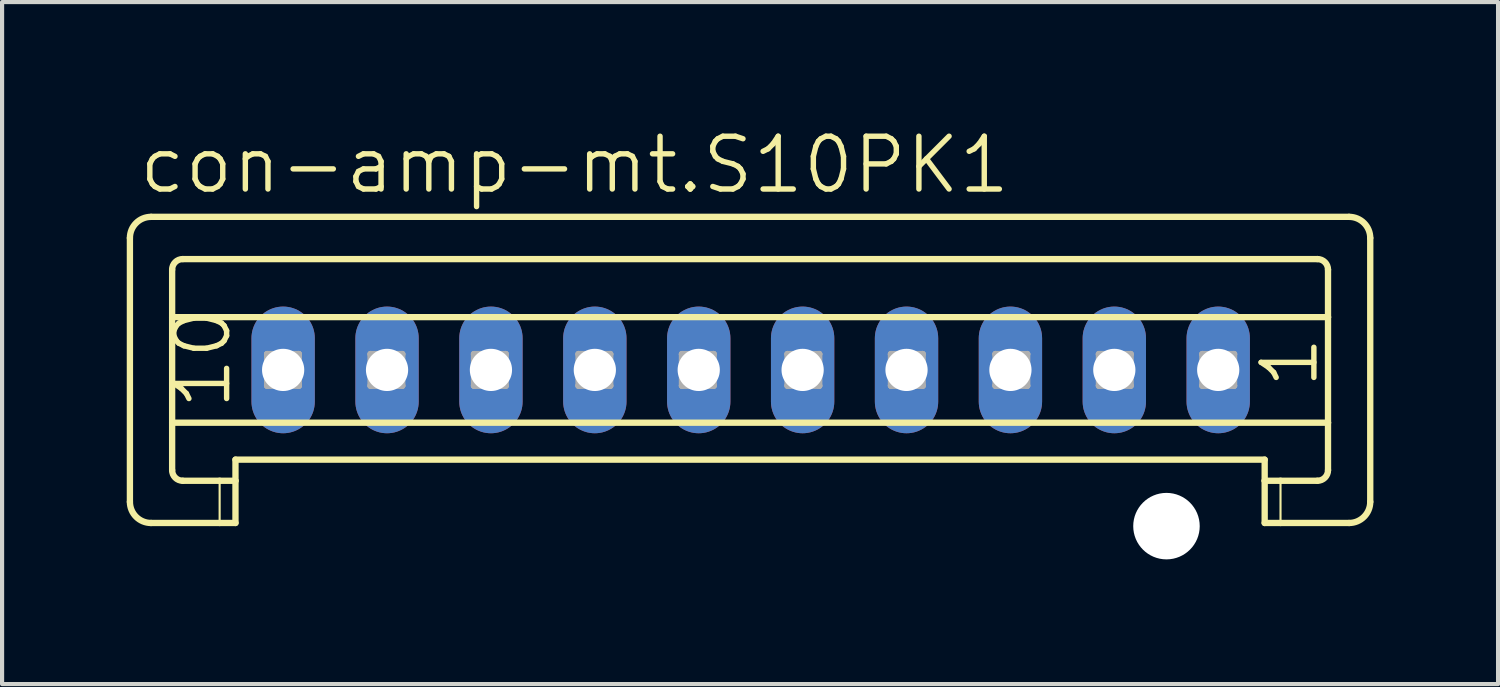
<source format=kicad_pcb>
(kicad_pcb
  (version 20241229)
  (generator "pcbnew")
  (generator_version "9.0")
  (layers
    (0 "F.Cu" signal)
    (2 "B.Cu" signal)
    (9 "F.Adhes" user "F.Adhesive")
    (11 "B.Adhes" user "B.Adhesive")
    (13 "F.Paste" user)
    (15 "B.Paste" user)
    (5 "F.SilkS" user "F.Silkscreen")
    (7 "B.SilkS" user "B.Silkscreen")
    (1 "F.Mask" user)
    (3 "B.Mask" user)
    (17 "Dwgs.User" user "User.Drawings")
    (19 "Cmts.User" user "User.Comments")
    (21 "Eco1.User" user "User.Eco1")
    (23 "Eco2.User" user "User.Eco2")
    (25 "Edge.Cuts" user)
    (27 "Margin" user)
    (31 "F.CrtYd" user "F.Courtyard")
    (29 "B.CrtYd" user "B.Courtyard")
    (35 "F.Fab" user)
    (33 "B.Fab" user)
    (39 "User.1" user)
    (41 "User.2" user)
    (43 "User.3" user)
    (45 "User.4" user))
  (footprint "con-amp-mt.S10PK1"
    (layer "F.Cu")
    (at 15.013 5.851)
    (property "Reference" "con-amp-mt.S10PK1" (at -14.785 -4.191 0) (layer "F.SilkS") (effects (font (size 1.27 1.27) (thickness 0.13)) (justify left bottom)))
    (attr through_hole)
    (fp_line (start -14.937 -3.175) (end -14.937 3.175) (stroke (width 0.152) (type default)) (layer "F.SilkS"))
    (fp_line (start -14.429 -3.683) (end 14.4 -3.683) (stroke (width 0.152) (type default)) (layer "F.SilkS"))
    (fp_line (start -13.921 -1.27) (end -13.921 -2.413) (stroke (width 0.152) (type default)) (layer "F.SilkS"))
    (fp_line (start -13.921 -1.27) (end 13.892 -1.27) (stroke (width 0.152) (type default)) (layer "F.SilkS"))
    (fp_line (start -13.921 1.27) (end -13.921 -1.27) (stroke (width 0.152) (type default)) (layer "F.SilkS"))
    (fp_line (start -13.921 1.27) (end 13.892 1.27) (stroke (width 0.152) (type default)) (layer "F.SilkS"))
    (fp_line (start -13.921 2.413) (end -13.921 1.27) (stroke (width 0.152) (type default)) (layer "F.SilkS"))
    (fp_line (start -13.667 -2.667) (end 13.638 -2.667) (stroke (width 0.152) (type default)) (layer "F.SilkS"))
    (fp_line (start -13.667 2.667) (end -12.778 2.667) (stroke (width 0.152) (type default)) (layer "F.SilkS"))
    (fp_line (start -12.778 2.667) (end -12.778 3.683) (stroke (width 0.051) (type default)) (layer "F.SilkS"))
    (fp_line (start -12.778 2.667) (end -12.397 2.667) (stroke (width 0.152) (type default)) (layer "F.SilkS"))
    (fp_line (start -12.778 3.683) (end -14.429 3.683) (stroke (width 0.152) (type default)) (layer "F.SilkS"))
    (fp_line (start -12.397 2.159) (end 12.368 2.159) (stroke (width 0.152) (type default)) (layer "F.SilkS"))
    (fp_line (start -12.397 2.667) (end -12.397 2.159) (stroke (width 0.152) (type default)) (layer "F.SilkS"))
    (fp_line (start -12.397 2.667) (end -12.397 3.683) (stroke (width 0.152) (type default)) (layer "F.SilkS"))
    (fp_line (start -12.397 3.683) (end -12.778 3.683) (stroke (width 0.152) (type default)) (layer "F.SilkS"))
    (fp_line (start 12.368 2.667) (end 12.368 2.159) (stroke (width 0.152) (type default)) (layer "F.SilkS"))
    (fp_line (start 12.368 2.667) (end 12.749 2.667) (stroke (width 0.152) (type default)) (layer "F.SilkS"))
    (fp_line (start 12.368 3.683) (end 12.368 2.667) (stroke (width 0.152) (type default)) (layer "F.SilkS"))
    (fp_line (start 12.749 2.667) (end 12.749 3.683) (stroke (width 0.051) (type default)) (layer "F.SilkS"))
    (fp_line (start 12.749 2.667) (end 13.638 2.667) (stroke (width 0.152) (type default)) (layer "F.SilkS"))
    (fp_line (start 12.749 3.683) (end 12.368 3.683) (stroke (width 0.152) (type default)) (layer "F.SilkS"))
    (fp_line (start 13.892 -1.27) (end 13.892 -2.413) (stroke (width 0.152) (type default)) (layer "F.SilkS"))
    (fp_line (start 13.892 1.27) (end 13.892 -1.27) (stroke (width 0.152) (type default)) (layer "F.SilkS"))
    (fp_line (start 13.892 2.413) (end 13.892 1.27) (stroke (width 0.152) (type default)) (layer "F.SilkS"))
    (fp_line (start 14.4 3.683) (end 12.749 3.683) (stroke (width 0.152) (type default)) (layer "F.SilkS"))
    (fp_line (start 14.908 -3.175) (end 14.908 3.175) (stroke (width 0.152) (type default)) (layer "F.SilkS"))
    (fp_arc (start -14.937 -3.175) (mid -14.78821 -3.53421) (end -14.429 -3.683) (stroke (width 0.1524) (type default)) (layer "F.SilkS"))
    (fp_arc (start -14.429 3.683) (mid -14.78821 3.53421) (end -14.937 3.175) (stroke (width 0.1524) (type default)) (layer "F.SilkS"))
    (fp_arc (start -13.921 -2.413) (mid -13.846605 -2.592605) (end -13.667 -2.667) (stroke (width 0.1524) (type default)) (layer "F.SilkS"))
    (fp_arc (start -13.667 2.667) (mid -13.846605 2.592605) (end -13.921 2.413) (stroke (width 0.1524) (type default)) (layer "F.SilkS"))
    (fp_arc (start 13.638 -2.667) (mid 13.817605 -2.592605) (end 13.892 -2.413) (stroke (width 0.1524) (type default)) (layer "F.SilkS"))
    (fp_arc (start 13.892 2.413) (mid 13.817605 2.592605) (end 13.638 2.667) (stroke (width 0.1524) (type default)) (layer "F.SilkS"))
    (fp_arc (start 14.4 -3.683) (mid 14.75921 -3.53421) (end 14.908 -3.175) (stroke (width 0.1524) (type default)) (layer "F.SilkS"))
    (fp_arc (start 14.908 3.175) (mid 14.75921 3.53421) (end 14.4 3.683) (stroke (width 0.1524) (type default)) (layer "F.SilkS"))
    (fp_line (start -11.635 -0.381) (end -11.635 0.381) (stroke (width 0.152) (type default)) (layer "F.Fab"))
    (fp_line (start -11.635 -0.381) (end -10.873 0.381) (stroke (width 0.152) (type default)) (layer "F.Fab"))
    (fp_line (start -11.635 0.381) (end -10.873 0.381) (stroke (width 0.152) (type default)) (layer "F.Fab"))
    (fp_line (start -10.873 -0.381) (end -11.635 -0.381) (stroke (width 0.152) (type default)) (layer "F.Fab"))
    (fp_line (start -10.873 -0.381) (end -11.635 0.381) (stroke (width 0.152) (type default)) (layer "F.Fab"))
    (fp_line (start -10.873 0.381) (end -10.873 -0.381) (stroke (width 0.152) (type default)) (layer "F.Fab"))
    (fp_line (start -9.146 -0.381) (end -9.146 0.381) (stroke (width 0.152) (type default)) (layer "F.Fab"))
    (fp_line (start -9.146 -0.381) (end -8.384 0.381) (stroke (width 0.152) (type default)) (layer "F.Fab"))
    (fp_line (start -9.146 0.381) (end -8.384 0.381) (stroke (width 0.152) (type default)) (layer "F.Fab"))
    (fp_line (start -8.384 -0.381) (end -9.146 -0.381) (stroke (width 0.152) (type default)) (layer "F.Fab"))
    (fp_line (start -8.384 -0.381) (end -9.146 0.381) (stroke (width 0.152) (type default)) (layer "F.Fab"))
    (fp_line (start -8.384 0.381) (end -8.384 -0.381) (stroke (width 0.152) (type default)) (layer "F.Fab"))
    (fp_line (start -6.657 -0.381) (end -6.657 0.381) (stroke (width 0.152) (type default)) (layer "F.Fab"))
    (fp_line (start -6.657 -0.381) (end -5.895 0.381) (stroke (width 0.152) (type default)) (layer "F.Fab"))
    (fp_line (start -6.657 0.381) (end -5.895 0.381) (stroke (width 0.152) (type default)) (layer "F.Fab"))
    (fp_line (start -5.895 -0.381) (end -6.657 -0.381) (stroke (width 0.152) (type default)) (layer "F.Fab"))
    (fp_line (start -5.895 -0.381) (end -6.657 0.381) (stroke (width 0.152) (type default)) (layer "F.Fab"))
    (fp_line (start -5.895 0.381) (end -5.895 -0.381) (stroke (width 0.152) (type default)) (layer "F.Fab"))
    (fp_line (start -4.142 -0.381) (end -4.142 0.381) (stroke (width 0.152) (type default)) (layer "F.Fab"))
    (fp_line (start -4.142 -0.381) (end -3.38 0.381) (stroke (width 0.152) (type default)) (layer "F.Fab"))
    (fp_line (start -4.142 0.381) (end -3.38 0.381) (stroke (width 0.152) (type default)) (layer "F.Fab"))
    (fp_line (start -3.38 -0.381) (end -4.142 -0.381) (stroke (width 0.152) (type default)) (layer "F.Fab"))
    (fp_line (start -3.38 -0.381) (end -4.142 0.381) (stroke (width 0.152) (type default)) (layer "F.Fab"))
    (fp_line (start -3.38 0.381) (end -3.38 -0.381) (stroke (width 0.152) (type default)) (layer "F.Fab"))
    (fp_line (start -1.653 -0.381) (end -1.653 0.381) (stroke (width 0.152) (type default)) (layer "F.Fab"))
    (fp_line (start -1.653 -0.381) (end -0.891 0.381) (stroke (width 0.152) (type default)) (layer "F.Fab"))
    (fp_line (start -1.653 0.381) (end -0.891 0.381) (stroke (width 0.152) (type default)) (layer "F.Fab"))
    (fp_line (start -0.891 -0.381) (end -1.653 -0.381) (stroke (width 0.152) (type default)) (layer "F.Fab"))
    (fp_line (start -0.891 -0.381) (end -1.653 0.381) (stroke (width 0.152) (type default)) (layer "F.Fab"))
    (fp_line (start -0.891 0.381) (end -0.891 -0.381) (stroke (width 0.152) (type default)) (layer "F.Fab"))
    (fp_line (start 0.887 -0.381) (end 0.887 0.381) (stroke (width 0.152) (type default)) (layer "F.Fab"))
    (fp_line (start 0.887 -0.381) (end 1.649 0.381) (stroke (width 0.152) (type default)) (layer "F.Fab"))
    (fp_line (start 0.887 0.381) (end 1.649 0.381) (stroke (width 0.152) (type default)) (layer "F.Fab"))
    (fp_line (start 1.649 -0.381) (end 0.887 -0.381) (stroke (width 0.152) (type default)) (layer "F.Fab"))
    (fp_line (start 1.649 -0.381) (end 0.887 0.381) (stroke (width 0.152) (type default)) (layer "F.Fab"))
    (fp_line (start 1.649 0.381) (end 1.649 -0.381) (stroke (width 0.152) (type default)) (layer "F.Fab"))
    (fp_line (start 3.376 -0.381) (end 3.376 0.381) (stroke (width 0.152) (type default)) (layer "F.Fab"))
    (fp_line (start 3.376 -0.381) (end 4.138 0.381) (stroke (width 0.152) (type default)) (layer "F.Fab"))
    (fp_line (start 3.376 0.381) (end 4.138 0.381) (stroke (width 0.152) (type default)) (layer "F.Fab"))
    (fp_line (start 4.138 -0.381) (end 3.376 -0.381) (stroke (width 0.152) (type default)) (layer "F.Fab"))
    (fp_line (start 4.138 -0.381) (end 3.376 0.381) (stroke (width 0.152) (type default)) (layer "F.Fab"))
    (fp_line (start 4.138 0.381) (end 4.138 -0.381) (stroke (width 0.152) (type default)) (layer "F.Fab"))
    (fp_line (start 5.891 -0.381) (end 5.891 0.381) (stroke (width 0.152) (type default)) (layer "F.Fab"))
    (fp_line (start 5.891 -0.381) (end 6.653 0.381) (stroke (width 0.152) (type default)) (layer "F.Fab"))
    (fp_line (start 5.891 0.381) (end 6.653 0.381) (stroke (width 0.152) (type default)) (layer "F.Fab"))
    (fp_line (start 6.653 -0.381) (end 5.891 -0.381) (stroke (width 0.152) (type default)) (layer "F.Fab"))
    (fp_line (start 6.653 -0.381) (end 5.891 0.381) (stroke (width 0.152) (type default)) (layer "F.Fab"))
    (fp_line (start 6.653 0.381) (end 6.653 -0.381) (stroke (width 0.152) (type default)) (layer "F.Fab"))
    (fp_line (start 8.38 -0.381) (end 8.38 0.381) (stroke (width 0.152) (type default)) (layer "F.Fab"))
    (fp_line (start 8.38 -0.381) (end 9.142 0.381) (stroke (width 0.152) (type default)) (layer "F.Fab"))
    (fp_line (start 8.38 0.381) (end 9.142 0.381) (stroke (width 0.152) (type default)) (layer "F.Fab"))
    (fp_line (start 9.142 -0.381) (end 8.38 -0.381) (stroke (width 0.152) (type default)) (layer "F.Fab"))
    (fp_line (start 9.142 -0.381) (end 8.38 0.381) (stroke (width 0.152) (type default)) (layer "F.Fab"))
    (fp_line (start 9.142 0.381) (end 9.142 -0.381) (stroke (width 0.152) (type default)) (layer "F.Fab"))
    (fp_line (start 10.869 -0.381) (end 10.869 0.381) (stroke (width 0.152) (type default)) (layer "F.Fab"))
    (fp_line (start 10.869 -0.381) (end 11.631 0.381) (stroke (width 0.152) (type default)) (layer "F.Fab"))
    (fp_line (start 10.869 0.381) (end 11.631 0.381) (stroke (width 0.152) (type default)) (layer "F.Fab"))
    (fp_line (start 11.631 -0.381) (end 10.869 -0.381) (stroke (width 0.152) (type default)) (layer "F.Fab"))
    (fp_line (start 11.631 -0.381) (end 10.869 0.381) (stroke (width 0.152) (type default)) (layer "F.Fab"))
    (fp_line (start 11.631 0.381) (end 11.631 -0.381) (stroke (width 0.152) (type default)) (layer "F.Fab"))
    (fp_text user "1" (at 13.714 0.508 90) (layer "F.SilkS") (effects (font (size 1.27 1.27) (thickness 0.13)) (justify left bottom)))
    (fp_text user "10" (at -12.448 1.016 90) (layer "F.SilkS") (effects (font (size 1.27 1.27) (thickness 0.13)) (justify left bottom)))
    (pad "" np_thru_hole circle (at 10.005 3.759) (size 1.6 1.6) (drill 1.6) (layers "*.Cu" "*.Mask"))
    (pad "1" thru_hole oval (at 11.25 0 90) (size 3.048 1.524) (drill 1.016) (layers "*.Cu" "*.Mask"))
    (pad "2" thru_hole oval (at 8.75 0 90) (size 3.048 1.524) (drill 1.016) (layers "*.Cu" "*.Mask"))
    (pad "3" thru_hole oval (at 6.25 0 90) (size 3.048 1.524) (drill 1.016) (layers "*.Cu" "*.Mask"))
    (pad "4" thru_hole oval (at 3.75 0 90) (size 3.048 1.524) (drill 1.016) (layers "*.Cu" "*.Mask"))
    (pad "5" thru_hole oval (at 1.25 0 90) (size 3.048 1.524) (drill 1.016) (layers "*.Cu" "*.Mask"))
    (pad "6" thru_hole oval (at -1.25 0 90) (size 3.048 1.524) (drill 1.016) (layers "*.Cu" "*.Mask"))
    (pad "7" thru_hole oval (at -3.75 0 90) (size 3.048 1.524) (drill 1.016) (layers "*.Cu" "*.Mask"))
    (pad "8" thru_hole oval (at -6.25 0 90) (size 3.048 1.524) (drill 1.016) (layers "*.Cu" "*.Mask"))
    (pad "9" thru_hole oval (at -8.75 0 90) (size 3.048 1.524) (drill 1.016) (layers "*.Cu" "*.Mask"))
    (pad "10" thru_hole oval (at -11.25 0 90) (size 3.048 1.524) (drill 1.016) (layers "*.Cu" "*.Mask")))
  (gr_rect
    (start -3 -3)
    (end 32.997 13.41)
    (stroke (width 0.1) (type default))
    (fill no)
    (layer "Edge.Cuts")))
</source>
